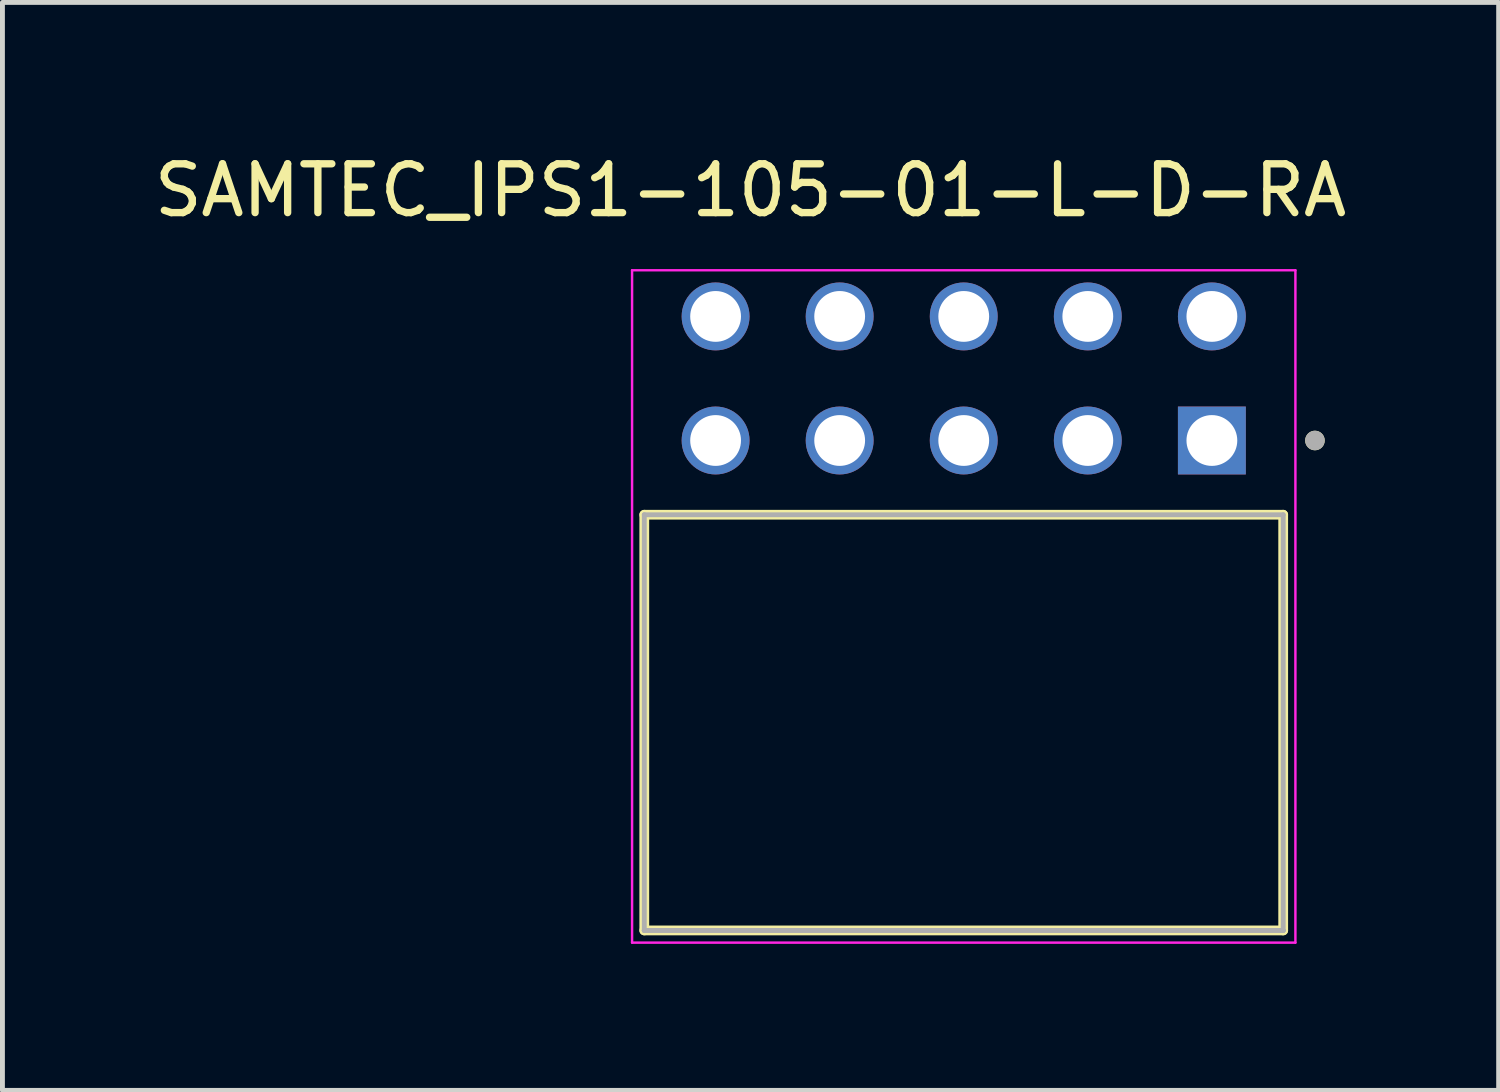
<source format=kicad_pcb>
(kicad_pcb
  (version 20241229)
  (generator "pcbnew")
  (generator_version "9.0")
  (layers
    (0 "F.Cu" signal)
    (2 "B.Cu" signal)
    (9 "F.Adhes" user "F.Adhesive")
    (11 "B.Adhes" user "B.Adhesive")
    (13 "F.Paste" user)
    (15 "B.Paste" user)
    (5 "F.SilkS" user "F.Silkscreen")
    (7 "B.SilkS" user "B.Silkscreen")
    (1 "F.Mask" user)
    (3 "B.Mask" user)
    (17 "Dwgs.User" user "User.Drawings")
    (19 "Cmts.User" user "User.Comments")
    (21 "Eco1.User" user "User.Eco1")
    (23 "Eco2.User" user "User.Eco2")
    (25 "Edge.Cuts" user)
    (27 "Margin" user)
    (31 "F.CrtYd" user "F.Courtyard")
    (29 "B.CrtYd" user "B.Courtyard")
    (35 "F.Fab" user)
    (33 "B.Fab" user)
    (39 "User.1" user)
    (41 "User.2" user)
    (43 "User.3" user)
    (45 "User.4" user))
  (footprint "SAMTEC_IPS1-105-01-L-D-RA"
    (layer "F.Cu")
    (at 16.68 4.698)
    (property "Reference" "SAMTEC_IPS1-105-01-L-D-RA" (at -4.365 -3.85 0) (layer "F.SilkS") (effects (font (size 1 1) (thickness 0.15))))
    (attr through_hole)
    (fp_line (start -6.54 11.3) (end -6.54 2.79) (stroke (width 0.2) (type solid)) (layer "F.SilkS"))
    (fp_line (start 6.54 2.79) (end -6.54 2.79) (stroke (width 0.2) (type solid)) (layer "F.SilkS"))
    (fp_line (start 6.54 2.79) (end 6.54 11.3) (stroke (width 0.2) (type solid)) (layer "F.SilkS"))
    (fp_line (start 6.54 11.3) (end -6.54 11.3) (stroke (width 0.2) (type solid)) (layer "F.SilkS"))
    (fp_circle (center 7.19 1.27) (end 7.29 1.27) (stroke (width 0.2) (type solid)) (fill no) (layer "F.SilkS"))
    (fp_line (start -6.79 -2.215) (end 6.79 -2.215) (stroke (width 0.05) (type solid)) (layer "F.CrtYd"))
    (fp_line (start -6.79 11.55) (end -6.79 -2.215) (stroke (width 0.05) (type solid)) (layer "F.CrtYd"))
    (fp_line (start 6.79 -2.215) (end 6.79 11.55) (stroke (width 0.05) (type solid)) (layer "F.CrtYd"))
    (fp_line (start 6.79 11.55) (end -6.79 11.55) (stroke (width 0.05) (type solid)) (layer "F.CrtYd"))
    (fp_line (start -6.54 2.79) (end 6.54 2.79) (stroke (width 0.1) (type solid)) (layer "F.Fab"))
    (fp_line (start -6.54 11.3) (end -6.54 2.79) (stroke (width 0.1) (type solid)) (layer "F.Fab"))
    (fp_line (start -6.54 11.3) (end -6.54 11.3) (stroke (width 0.1) (type solid)) (layer "F.Fab"))
    (fp_line (start -6.54 11.3) (end 6.54 11.3) (stroke (width 0.1) (type solid)) (layer "F.Fab"))
    (fp_line (start 6.54 2.79) (end 6.54 11.3) (stroke (width 0.1) (type solid)) (layer "F.Fab"))
    (fp_line (start 6.54 11.3) (end -6.54 11.3) (stroke (width 0.1) (type solid)) (layer "F.Fab"))
    (fp_line (start 6.54 11.3) (end 6.54 11.3) (stroke (width 0.1) (type solid)) (layer "F.Fab"))
    (fp_circle (center 7.19 1.27) (end 7.29 1.27) (stroke (width 0.2) (type solid)) (fill no) (layer "F.Fab"))
    (pad "01" thru_hole rect (at 5.08 1.27) (size 1.39 1.39) (drill 1.04) (layers "*.Cu" "*.Mask"))
    (pad "02" thru_hole circle (at 5.08 -1.27) (size 1.39 1.39) (drill 1.04) (layers "*.Cu" "*.Mask"))
    (pad "03" thru_hole circle (at 2.54 1.27) (size 1.39 1.39) (drill 1.04) (layers "*.Cu" "*.Mask"))
    (pad "04" thru_hole circle (at 2.54 -1.27) (size 1.39 1.39) (drill 1.04) (layers "*.Cu" "*.Mask"))
    (pad "05" thru_hole circle (at 0 1.27) (size 1.39 1.39) (drill 1.04) (layers "*.Cu" "*.Mask"))
    (pad "06" thru_hole circle (at 0 -1.27) (size 1.39 1.39) (drill 1.04) (layers "*.Cu" "*.Mask"))
    (pad "07" thru_hole circle (at -2.54 1.27) (size 1.39 1.39) (drill 1.04) (layers "*.Cu" "*.Mask"))
    (pad "08" thru_hole circle (at -2.54 -1.27) (size 1.39 1.39) (drill 1.04) (layers "*.Cu" "*.Mask"))
    (pad "09" thru_hole circle (at -5.08 1.27) (size 1.39 1.39) (drill 1.04) (layers "*.Cu" "*.Mask"))
    (pad "10" thru_hole circle (at -5.08 -1.27) (size 1.39 1.39) (drill 1.04) (layers "*.Cu" "*.Mask")))
  (gr_rect
    (start -3 -3)
    (end 27.631 19.273)
    (stroke (width 0.1) (type default))
    (fill no)
    (layer "Edge.Cuts")))
</source>
